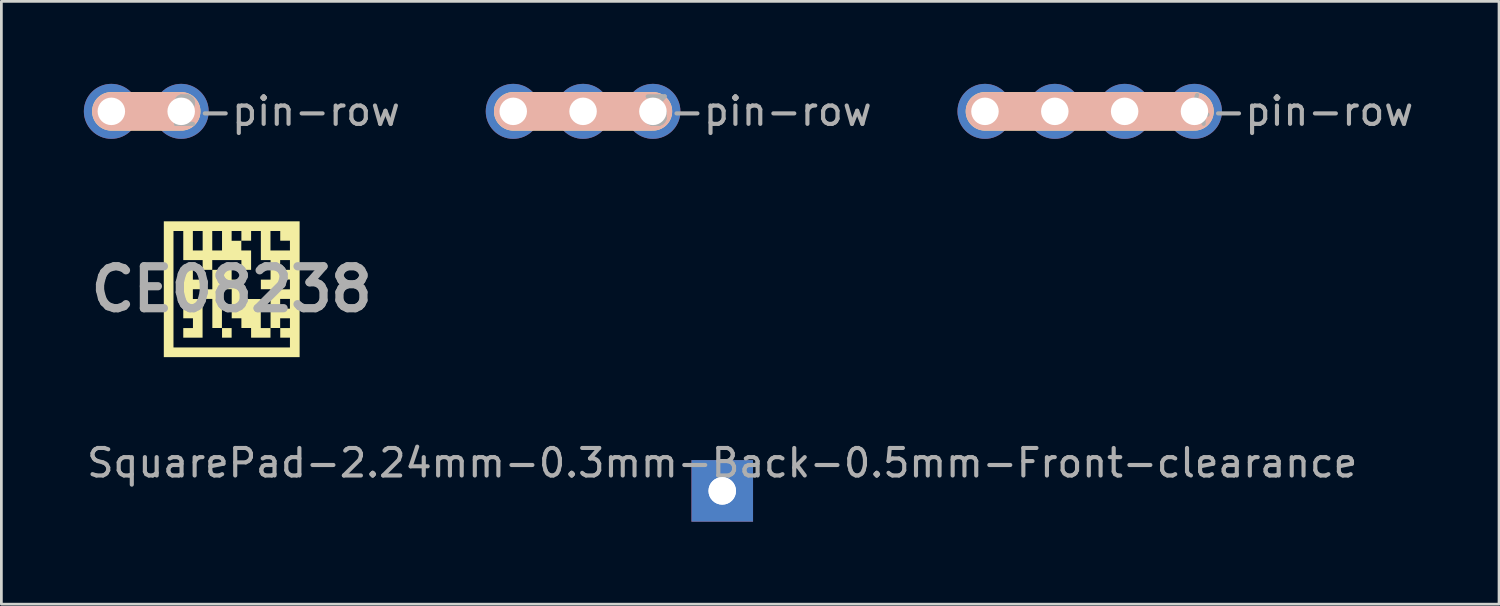
<source format=kicad_pcb>
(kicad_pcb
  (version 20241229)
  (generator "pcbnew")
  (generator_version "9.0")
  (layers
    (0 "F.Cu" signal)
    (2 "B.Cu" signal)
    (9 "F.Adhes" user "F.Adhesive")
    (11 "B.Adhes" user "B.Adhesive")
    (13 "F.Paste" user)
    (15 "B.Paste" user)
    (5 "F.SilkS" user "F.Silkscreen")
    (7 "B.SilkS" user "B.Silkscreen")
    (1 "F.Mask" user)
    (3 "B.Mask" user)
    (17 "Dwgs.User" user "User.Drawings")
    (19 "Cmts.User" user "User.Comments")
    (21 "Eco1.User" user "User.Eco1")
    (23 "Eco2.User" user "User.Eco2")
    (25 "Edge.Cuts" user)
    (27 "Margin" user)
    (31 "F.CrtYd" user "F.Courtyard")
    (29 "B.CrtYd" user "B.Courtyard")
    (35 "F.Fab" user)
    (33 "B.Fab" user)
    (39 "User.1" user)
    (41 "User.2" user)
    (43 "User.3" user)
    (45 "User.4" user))
  (footprint "2-pin-row"
    (layer "F.Cu")
    (at 3.54 1)
    (property "Reference" "2-pin-row" (at 3.81 0 180) (layer "F.Fab") (effects (font (size 1 1) (thickness 0.15))))
    (attr through_hole)
    (fp_line (start -2.54 0) (end 0 0) (stroke (width 1.4) (type solid)) (layer "F.SilkS"))
    (fp_line (start -2.54 0) (end 0 0) (stroke (width 1.4) (type solid)) (layer "B.SilkS"))
    (pad "1" thru_hole circle (at -2.54 0) (size 2 2) (drill 1) (layers "*.Cu" "*.Mask"))
    (pad "1" smd rect (at -1.27 0) (size 2.54 1) (layers "B.Cu"))
    (pad "1" thru_hole circle (at 0 0) (size 2 2) (drill 1) (layers "*.Cu" "*.Mask")))
  (footprint "CE08238"
    (layer "F.Cu")
    (at 5.378 7.47)
    (property "Reference" "CE08238" (at 0 0 0) (layer "F.Fab") (effects (font (size 1.524 1.524) (thickness 0.3))))
    (attr through_hole)
    (fp_poly (pts (xy -0.003 1.762) (xy -0.352 1.762) (xy -0.352 1.413) (xy -0.003 1.413) (xy -0.003 1.762)) (stroke (width 0) (type solid)) (fill yes) (layer "F.SilkS"))
    (fp_poly (pts (xy -1.413 -0.349) (xy -1.06 -0.349) (xy -1.06 0) (xy -1.413 0) (xy -1.413 0.356) (xy -1.06 0.356) (xy -1.06 1.762) (xy -1.762 1.762) (xy -1.762 1.413) (xy -1.41 1.413) (xy -1.41 1.057) (xy -1.762 1.057) (xy -1.762 -0.705) (xy -1.413 -0.705) (xy -1.413 -0.349)) (stroke (width 0) (type solid)) (fill yes) (layer "F.SilkS"))
    (fp_poly (pts (xy -0.003 -0.349) (xy 0.349 -0.349) (xy 0.349 0.356) (xy 1.057 0.356) (xy 1.057 1.413) (xy 1.41 1.413) (xy 1.41 1.762) (xy 0.705 1.762) (xy 0.705 1.41) (xy 0.352 1.41) (xy 0.352 1.057) (xy 0 1.057) (xy 0 0) (xy -0.356 0) (xy -0.356 1.41) (xy -0.705 1.41) (xy -0.705 0.352) (xy -1.057 0.352) (xy -1.057 0.003) (xy -0.705 0.003) (xy -0.705 -0.705) (xy -0.003 -0.705) (xy -0.003 -0.349)) (stroke (width 0) (type solid)) (fill yes) (layer "F.SilkS"))
    (fp_poly (pts (xy 2.47 2.47) (xy -2.47 2.47) (xy -2.47 -2.118) (xy -2.118 -2.118) (xy -2.118 2.118) (xy 2.118 2.118) (xy 2.118 1.762) (xy 1.765 1.762) (xy 1.765 1.413) (xy 2.118 1.413) (xy 2.118 1.057) (xy 1.762 1.057) (xy 1.762 1.41) (xy 1.413 1.41) (xy 1.413 0.352) (xy 1.762 0.352) (xy 1.762 0.708) (xy 2.118 0.708) (xy 2.118 0.352) (xy 1.762 0.352) (xy 1.413 0.352) (xy 1.413 0) (xy 1.06 0) (xy 1.06 -0.349) (xy 1.413 -0.349) (xy 1.413 -0.352) (xy 1.762 -0.352) (xy 1.762 0.003) (xy 2.118 0.003) (xy 2.118 -0.352) (xy 1.762 -0.352) (xy 1.413 -0.352) (xy 1.413 -1.06) (xy 1.762 -1.06) (xy 1.762 -0.705) (xy 2.118 -0.705) (xy 2.118 -1.06) (xy 1.762 -1.06) (xy 1.413 -1.06) (xy 1.06 -1.06) (xy 1.06 -2.118) (xy 1.41 -2.118) (xy 1.41 -1.41) (xy 2.118 -1.41) (xy 2.118 -1.765) (xy 1.765 -1.765) (xy 1.765 -2.118) (xy 1.41 -2.118) (xy 1.06 -2.118) (xy 0.705 -2.118) (xy 0.705 -1.765) (xy 0.352 -1.765) (xy 0.352 -2.118) (xy -0.003 -2.118) (xy -0.003 -1.762) (xy 0.349 -1.762) (xy 0.349 -1.41) (xy 0.705 -1.41) (xy 0.705 -0.705) (xy 0.352 -0.705) (xy 0.352 -1.06) (xy -0.708 -1.06) (xy -0.708 -0.705) (xy -1.057 -0.705) (xy -1.057 -1.06) (xy -1.762 -1.06) (xy -1.762 -2.118) (xy -1.413 -2.118) (xy -1.413 -1.41) (xy -1.057 -1.41) (xy -1.057 -2.118) (xy -0.708 -2.118) (xy -0.708 -1.41) (xy -0.352 -1.41) (xy -0.352 -2.118) (xy -0.708 -2.118) (xy -1.057 -2.118) (xy -1.413 -2.118) (xy -1.762 -2.118) (xy -2.118 -2.118) (xy -2.47 -2.118) (xy -2.47 -2.47) (xy 2.47 -2.47) (xy 2.47 2.47)) (stroke (width 0) (type solid)) (fill yes) (layer "F.SilkS")))
  (footprint "4-pin-row"
    (layer "F.Cu")
    (at 40.396 1)
    (property "Reference" "4-pin-row" (at 3.81 0 180) (layer "F.Fab") (effects (font (size 1 1) (thickness 0.15))))
    (attr through_hole)
    (fp_line (start -7.62 0) (end 0 0) (stroke (width 1.4) (type solid)) (layer "F.SilkS"))
    (fp_line (start -7.62 0) (end 0 0) (stroke (width 1.4) (type solid)) (layer "B.SilkS"))
    (pad "1" thru_hole circle (at -7.62 0) (size 2 2) (drill 1) (layers "*.Cu" "*.Mask"))
    (pad "1" thru_hole circle (at -5.08 0) (size 2 2) (drill 1) (layers "*.Cu" "*.Mask"))
    (pad "1" smd rect (at -3.81 0) (size 7.62 1) (layers "B.Cu"))
    (pad "1" thru_hole circle (at -2.54 0) (size 2 2) (drill 1) (layers "*.Cu" "*.Mask"))
    (pad "1" thru_hole circle (at 0 0) (size 2 2) (drill 1) (layers "*.Cu" "*.Mask")))
  (footprint "3-pin-row"
    (layer "F.Cu")
    (at 20.698 1)
    (property "Reference" "3-pin-row" (at 3.81 0 180) (layer "F.Fab") (effects (font (size 1 1) (thickness 0.15))))
    (attr through_hole)
    (fp_line (start -5.08 0) (end 0 0) (stroke (width 1.4) (type solid)) (layer "F.SilkS"))
    (fp_line (start -5.08 0) (end 0 0) (stroke (width 1.4) (type solid)) (layer "B.SilkS"))
    (pad "1" thru_hole circle (at -5.08 0) (size 2 2) (drill 1) (layers "*.Cu" "*.Mask"))
    (pad "1" thru_hole circle (at -2.54 0) (size 2 2) (drill 1) (layers "*.Cu" "*.Mask"))
    (pad "1" smd rect (at -2.54 0) (size 5.08 1) (layers "B.Cu"))
    (pad "1" thru_hole circle (at 0 0) (size 2 2) (drill 1) (layers "*.Cu" "*.Mask")))
  (footprint "SquarePad-2.24mm-0.3mm-Back-0.5mm-Front-clearance"
    (layer "F.Cu")
    (at 23.22 14.805)
    (property "Reference" "SquarePad-2.24mm-0.3mm-Back-0.5mm-Front-clearance" (at 0 -1.016 0) (layer "F.Fab") (effects (font (size 1 1) (thickness 0.15))))
    (attr through_hole)
    (pad "1" thru_hole rect (at 0 0) (size 2.24 2.24) (drill 1) (layers "B.Cu" "B.Mask"))
    (pad "2" thru_hole rect (at 0 0) (size 2.04 2.04) (drill 1) (layers "F.Cu" "F.Mask")))
  (gr_rect
    (start -3 -3)
    (end 51.474 18.925)
    (stroke (width 0.1) (type default))
    (fill no)
    (layer "Edge.Cuts")))
</source>
